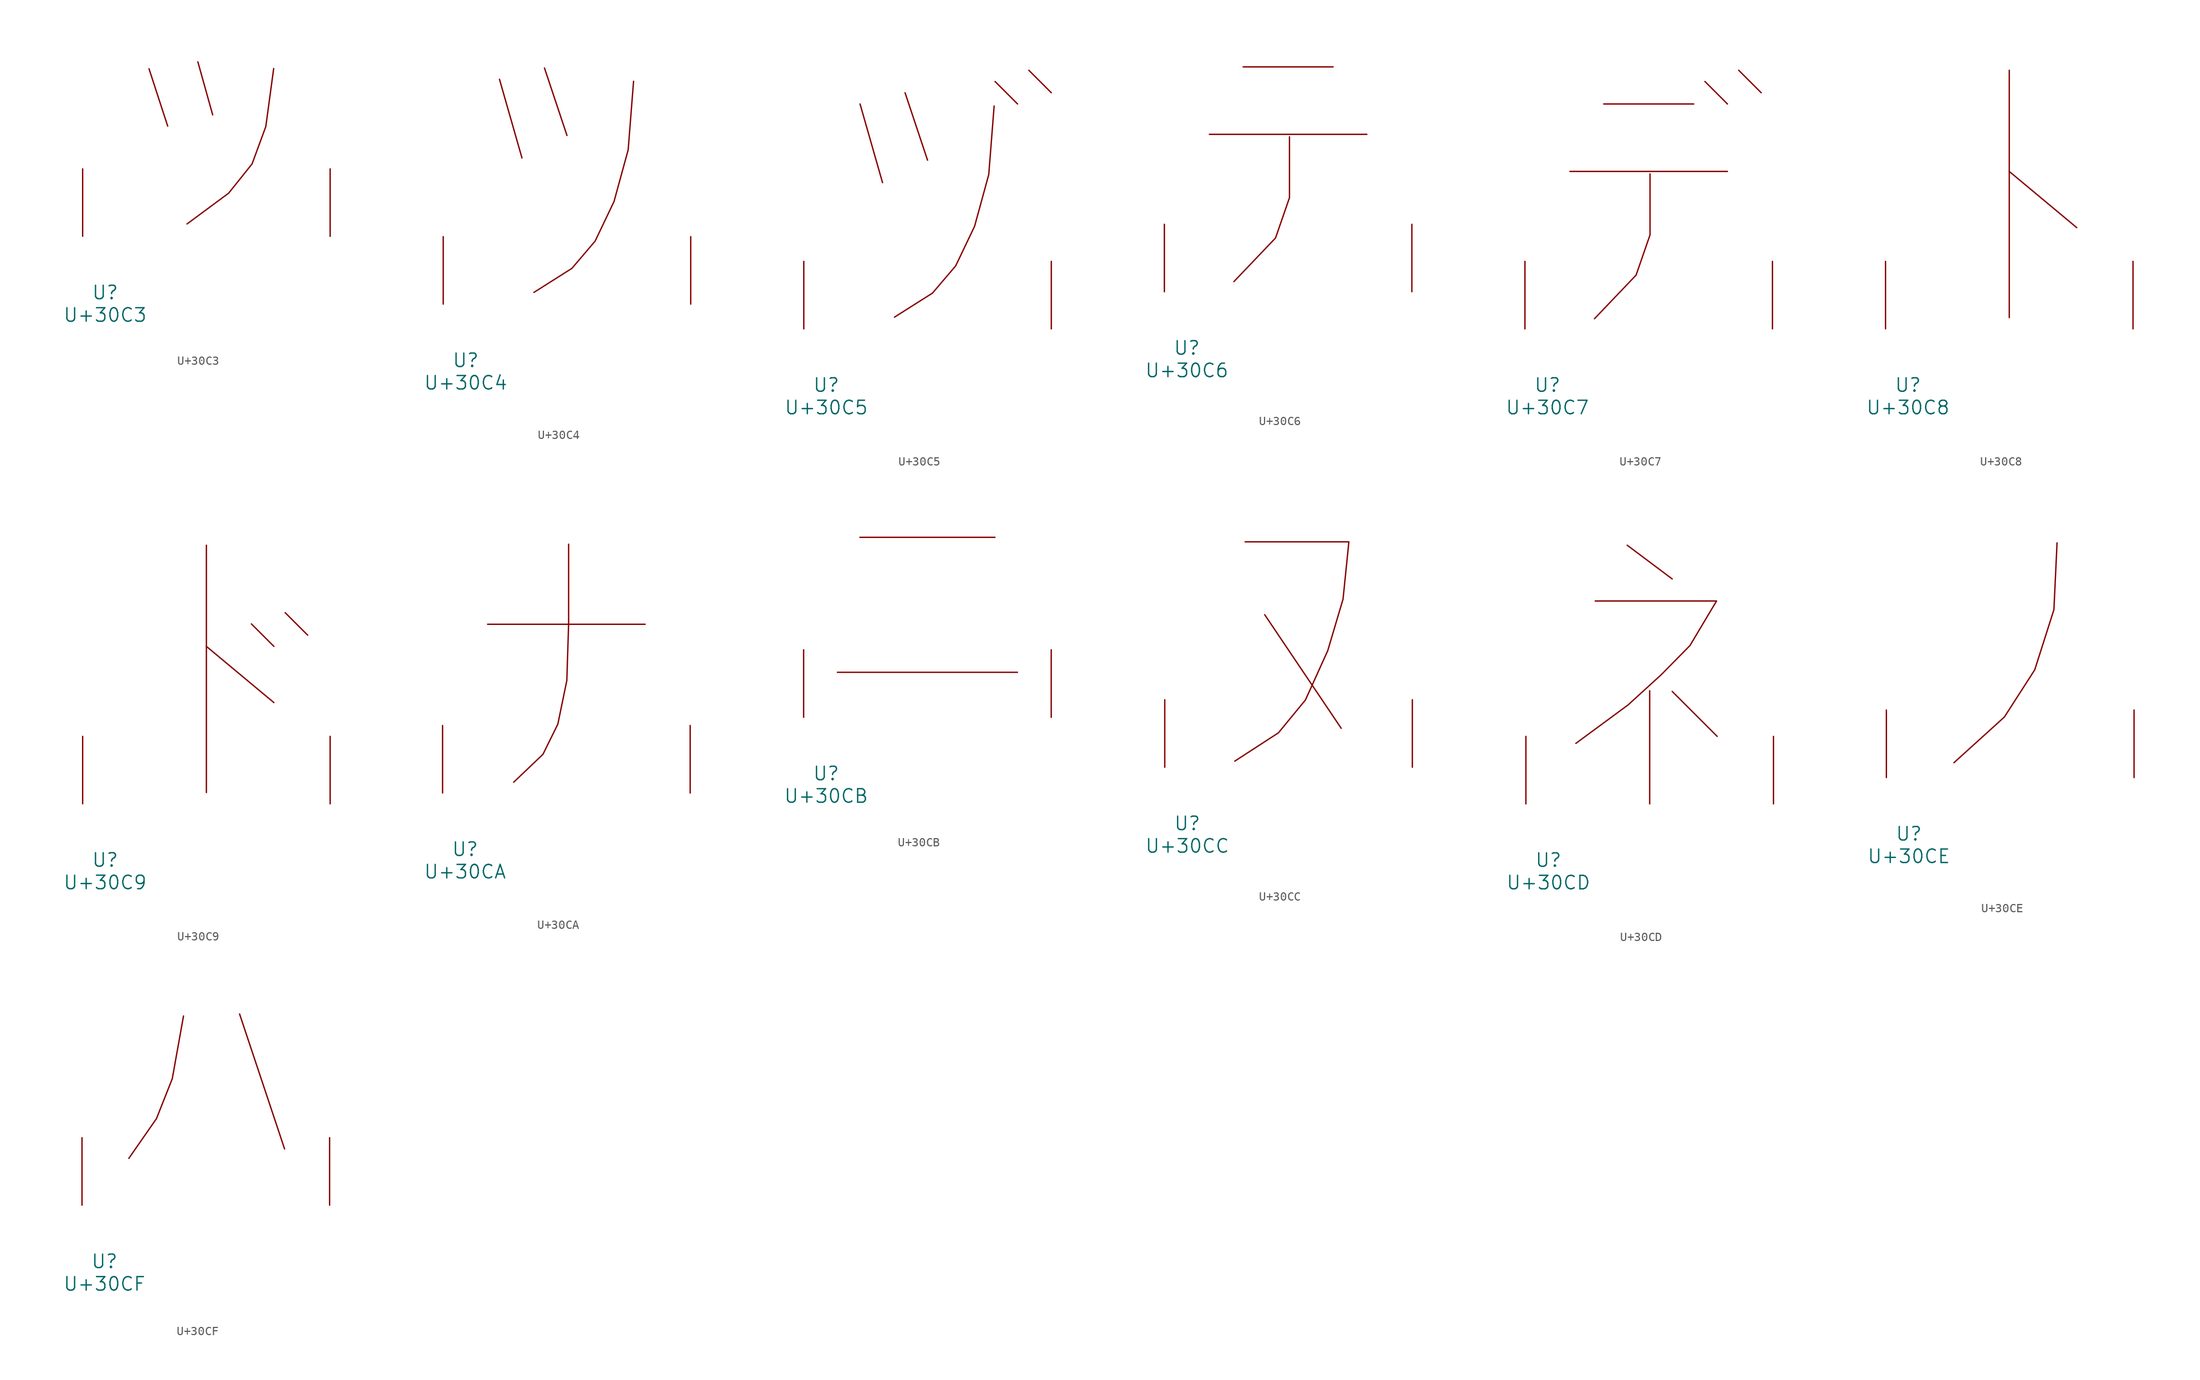
<source format=kicad_sym>
(kicad_symbol_lib
  (version 20231120)
  (generator "kicad_symbol_editor")
  (generator_version "8.0")
  (symbol "U+30C3"
    (pin_names
      (offset 1.016))
    (property "Reference" "U"
      (at 0 -6.35 0)
      (effects (font (size 1.524 1.524))))
    (property "Value" "U+30C3"
      (at 0 -8.89 0)
      (effects (font (size 1.524 1.524))))
    (symbol "U+30C3_0_1"
      (polyline (pts (xy 4.953 18.923) (xy 7.061 12.446)) (stroke (width 0) (type solid)) (fill (type none)))
      (polyline (pts (xy 10.465 19.71) (xy 12.141 13.716)) (stroke (width 0) (type solid)) (fill (type none)))
      (polyline (pts (xy 19.025 18.948) (xy 18.136 12.395) (xy 16.586 8.179) (xy 13.945 4.877) (xy 9.246 1.397)) (stroke (width 0) (type solid)) (fill (type none)))
      (pin input line (at -2.54 0 90) (length 7.62) (name "~" (effects (font (size 1.27 1.27)))) (number "~" (effects (font (size 1.27 1.27)))))
      (pin input line (at 25.4 0 90) (length 7.62) (name "~" (effects (font (size 1.27 1.27)))) (number "~" (effects (font (size 1.27 1.27)))))))
  (symbol "U+30C4"
    (pin_names
      (offset 1.016))
    (property "Reference" "U"
      (at 0 -6.35 0)
      (effects (font (size 1.524 1.524))))
    (property "Value" "U+30C4"
      (at 0 -8.89 0)
      (effects (font (size 1.524 1.524))))
    (symbol "U+30C4_0_1"
      (polyline (pts (xy 3.81 25.4) (xy 6.35 16.51)) (stroke (width 0) (type solid)) (fill (type none)))
      (polyline (pts (xy 8.89 26.67) (xy 11.43 19.05)) (stroke (width 0) (type solid)) (fill (type none)))
      (polyline (pts (xy 18.948 25.171) (xy 18.339 17.424) (xy 16.739 11.582) (xy 14.605 7.112) (xy 11.989 4.039) (xy 7.696 1.321)) (stroke (width 0) (type solid)) (fill (type none)))
      (pin input line (at -2.54 0 90) (length 7.62) (name "~" (effects (font (size 1.27 1.27)))) (number "~" (effects (font (size 1.27 1.27)))))
      (pin input line (at 25.4 0 90) (length 7.62) (name "~" (effects (font (size 1.27 1.27)))) (number "~" (effects (font (size 1.27 1.27)))))))
  (symbol "U+30C5"
    (pin_names
      (offset 1.016))
    (property "Reference" "U"
      (at 0 -6.35 0)
      (effects (font (size 1.524 1.524))))
    (property "Value" "U+30C5"
      (at 0 -8.89 0)
      (effects (font (size 1.524 1.524))))
    (symbol "U+30C5_0_1"
      (polyline (pts (xy 3.81 25.4) (xy 6.35 16.51)) (stroke (width 0) (type solid)) (fill (type none)))
      (polyline (pts (xy 8.89 26.67) (xy 11.43 19.05)) (stroke (width 0) (type solid)) (fill (type none)))
      (polyline (pts (xy 19.05 27.94) (xy 21.59 25.4)) (stroke (width 0) (type solid)) (fill (type none)))
      (polyline (pts (xy 22.86 29.21) (xy 25.4 26.67)) (stroke (width 0) (type solid)) (fill (type none)))
      (polyline (pts (xy 18.948 25.171) (xy 18.339 17.424) (xy 16.739 11.582) (xy 14.605 7.112) (xy 11.989 4.039) (xy 7.696 1.321)) (stroke (width 0) (type solid)) (fill (type none)))
      (pin input line (at -2.54 0 90) (length 7.62) (name "~" (effects (font (size 1.27 1.27)))) (number "~" (effects (font (size 1.27 1.27)))))
      (pin input line (at 25.4 0 90) (length 7.62) (name "~" (effects (font (size 1.27 1.27)))) (number "~" (effects (font (size 1.27 1.27)))))))
  (symbol "U+30C6"
    (pin_names
      (offset 1.016))
    (property "Reference" "U"
      (at 0 -6.35 0)
      (effects (font (size 1.524 1.524))))
    (property "Value" "U+30C6"
      (at 0 -8.89 0)
      (effects (font (size 1.524 1.524))))
    (symbol "U+30C6_0_1"
      (polyline (pts (xy 2.54 17.78) (xy 20.32 17.78)) (stroke (width 0) (type solid)) (fill (type none)))
      (polyline (pts (xy 6.35 25.4) (xy 16.51 25.4)) (stroke (width 0) (type solid)) (fill (type none)))
      (polyline (pts (xy 11.582 17.501) (xy 11.582 10.617) (xy 10.008 6.071) (xy 5.309 1.143)) (stroke (width 0) (type solid)) (fill (type none)))
      (pin input line (at -2.54 0 90) (length 7.62) (name "~" (effects (font (size 1.27 1.27)))) (number "~" (effects (font (size 1.27 1.27)))))
      (pin input line (at 25.4 0 90) (length 7.62) (name "~" (effects (font (size 1.27 1.27)))) (number "~" (effects (font (size 1.27 1.27)))))))
  (symbol "U+30C7"
    (pin_names
      (offset 1.016))
    (property "Reference" "U"
      (at 0 -6.35 0)
      (effects (font (size 1.524 1.524))))
    (property "Value" "U+30C7"
      (at 0 -8.89 0)
      (effects (font (size 1.524 1.524))))
    (symbol "U+30C7_0_1"
      (polyline (pts (xy 2.54 17.78) (xy 20.32 17.78)) (stroke (width 0) (type solid)) (fill (type none)))
      (polyline (pts (xy 6.35 25.4) (xy 16.51 25.4)) (stroke (width 0) (type solid)) (fill (type none)))
      (polyline (pts (xy 17.78 27.94) (xy 20.32 25.4)) (stroke (width 0) (type solid)) (fill (type none)))
      (polyline (pts (xy 21.59 29.21) (xy 24.13 26.67)) (stroke (width 0) (type solid)) (fill (type none)))
      (polyline (pts (xy 11.582 17.501) (xy 11.582 10.617) (xy 10.008 6.071) (xy 5.309 1.143)) (stroke (width 0) (type solid)) (fill (type none)))
      (pin input line (at -2.54 0 90) (length 7.62) (name "~" (effects (font (size 1.27 1.27)))) (number "~" (effects (font (size 1.27 1.27)))))
      (pin input line (at 25.4 0 90) (length 7.62) (name "~" (effects (font (size 1.27 1.27)))) (number "~" (effects (font (size 1.27 1.27)))))))
  (symbol "U+30C8"
    (pin_names
      (offset 1.016))
    (property "Reference" "U"
      (at 0 -6.35 0)
      (effects (font (size 1.524 1.524))))
    (property "Value" "U+30C8"
      (at 0 -8.89 0)
      (effects (font (size 1.524 1.524))))
    (symbol "U+30C8_0_1"
      (polyline (pts (xy 11.43 17.78) (xy 19.05 11.43)) (stroke (width 0) (type solid)) (fill (type none)))
      (polyline (pts (xy 11.43 29.21) (xy 11.43 1.27)) (stroke (width 0) (type solid)) (fill (type none)))
      (pin input line (at -2.54 0 90) (length 7.62) (name "~" (effects (font (size 1.27 1.27)))) (number "~" (effects (font (size 1.27 1.27)))))
      (pin input line (at 25.4 0 90) (length 7.62) (name "~" (effects (font (size 1.27 1.27)))) (number "~" (effects (font (size 1.27 1.27)))))))
  (symbol "U+30C9"
    (pin_names
      (offset 1.016))
    (property "Reference" "U"
      (at 0 -6.35 0)
      (effects (font (size 1.524 1.524))))
    (property "Value" "U+30C9"
      (at 0 -8.89 0)
      (effects (font (size 1.524 1.524))))
    (symbol "U+30C9_0_1"
      (polyline (pts (xy 11.43 17.78) (xy 19.05 11.43)) (stroke (width 0) (type solid)) (fill (type none)))
      (polyline (pts (xy 11.43 29.21) (xy 11.43 1.27)) (stroke (width 0) (type solid)) (fill (type none)))
      (polyline (pts (xy 16.51 20.32) (xy 19.05 17.78)) (stroke (width 0) (type solid)) (fill (type none)))
      (polyline (pts (xy 20.32 21.59) (xy 22.86 19.05)) (stroke (width 0) (type solid)) (fill (type none)))
      (pin input line (at -2.54 0 90) (length 7.62) (name "~" (effects (font (size 1.27 1.27)))) (number "~" (effects (font (size 1.27 1.27)))))
      (pin input line (at 25.4 0 90) (length 7.62) (name "~" (effects (font (size 1.27 1.27)))) (number "~" (effects (font (size 1.27 1.27)))))))
  (symbol "U+30CA"
    (pin_names
      (offset 1.016))
    (property "Reference" "U"
      (at 0 -6.35 0)
      (effects (font (size 1.524 1.524))))
    (property "Value" "U+30CA"
      (at 0 -8.89 0)
      (effects (font (size 1.524 1.524))))
    (symbol "U+30CA_0_1"
      (polyline (pts (xy 2.54 19.05) (xy 20.32 19.05)) (stroke (width 0) (type solid)) (fill (type none)))
      (polyline (pts (xy 11.684 28.092) (xy 11.684 19.152) (xy 11.481 12.7) (xy 10.465 7.772) (xy 8.788 4.369) (xy 5.486 1.219)) (stroke (width 0) (type solid)) (fill (type none)))
      (pin input line (at -2.54 0 90) (length 7.62) (name "~" (effects (font (size 1.27 1.27)))) (number "~" (effects (font (size 1.27 1.27)))))
      (pin input line (at 25.4 0 90) (length 7.62) (name "~" (effects (font (size 1.27 1.27)))) (number "~" (effects (font (size 1.27 1.27)))))))
  (symbol "U+30CB"
    (pin_names
      (offset 1.016))
    (property "Reference" "U"
      (at 0 -6.35 0)
      (effects (font (size 1.524 1.524))))
    (property "Value" "U+30CB"
      (at 0 -8.89 0)
      (effects (font (size 1.524 1.524))))
    (symbol "U+30CB_0_1"
      (polyline (pts (xy 1.27 5.08) (xy 21.59 5.08)) (stroke (width 0) (type solid)) (fill (type none)))
      (polyline (pts (xy 3.81 20.32) (xy 19.05 20.32)) (stroke (width 0) (type solid)) (fill (type none)))
      (pin input line (at -2.54 0 90) (length 7.62) (name "~" (effects (font (size 1.27 1.27)))) (number "~" (effects (font (size 1.27 1.27)))))
      (pin input line (at 25.4 0 90) (length 7.62) (name "~" (effects (font (size 1.27 1.27)))) (number "~" (effects (font (size 1.27 1.27)))))))
  (symbol "U+30CC"
    (pin_names
      (offset 1.016))
    (property "Reference" "U"
      (at 0 -6.35 0)
      (effects (font (size 1.524 1.524))))
    (property "Value" "U+30CC"
      (at 0 -8.89 0)
      (effects (font (size 1.524 1.524))))
    (symbol "U+30CC_0_1"
      (polyline (pts (xy 8.738 17.221) (xy 17.374 4.394)) (stroke (width 0) (type solid)) (fill (type none)))
      (polyline (pts (xy 6.528 25.451) (xy 18.237 25.451) (xy 17.577 18.974) (xy 15.85 13.157) (xy 13.335 7.595) (xy 10.287 3.886) (xy 5.359 0.686)) (stroke (width 0) (type solid)) (fill (type none)))
      (pin input line (at -2.54 0 90) (length 7.62) (name "~" (effects (font (size 1.27 1.27)))) (number "~" (effects (font (size 1.27 1.27)))))
      (pin input line (at 25.4 0 90) (length 7.62) (name "~" (effects (font (size 1.27 1.27)))) (number "~" (effects (font (size 1.27 1.27)))))))
  (symbol "U+30CD"
    (pin_names
      (offset 1.016))
    (property "Reference" "U"
      (at 0 -6.35 0)
      (effects (font (size 1.524 1.524))))
    (property "Value" "U+30CD"
      (at 0 -8.89 0)
      (effects (font (size 1.524 1.524))))
    (symbol "U+30CD_0_1"
      (polyline (pts (xy 8.89 29.21) (xy 13.97 25.4)) (stroke (width 0) (type solid)) (fill (type none)))
      (polyline (pts (xy 11.43 12.776) (xy 11.43 0)) (stroke (width 0) (type solid)) (fill (type none)))
      (polyline (pts (xy 13.97 12.7) (xy 19.05 7.62)) (stroke (width 0) (type solid)) (fill (type none)))
      (polyline (pts (xy 5.283 22.911) (xy 18.974 22.911) (xy 15.977 17.882) (xy 12.725 14.58) (xy 8.992 11.176) (xy 3.099 6.833)) (stroke (width 0) (type solid)) (fill (type none)))
      (pin input line (at -2.54 0 90) (length 7.62) (name "~" (effects (font (size 1.27 1.27)))) (number "~" (effects (font (size 1.27 1.27)))))
      (pin input line (at 25.4 0 90) (length 7.62) (name "~" (effects (font (size 1.27 1.27)))) (number "~" (effects (font (size 1.27 1.27)))))))
  (symbol "U+30CE"
    (pin_names
      (offset 1.016))
    (property "Reference" "U"
      (at 0 -6.35 0)
      (effects (font (size 1.524 1.524))))
    (property "Value" "U+30CE"
      (at 0 -8.89 0)
      (effects (font (size 1.524 1.524))))
    (symbol "U+30CE_0_1"
      (polyline (pts (xy 16.713 26.492) (xy 16.358 18.948) (xy 14.199 12.167) (xy 10.77 6.833) (xy 5.08 1.676)) (stroke (width 0) (type solid)) (fill (type none)))
      (pin input line (at -2.54 0 90) (length 7.62) (name "~" (effects (font (size 1.27 1.27)))) (number "~" (effects (font (size 1.27 1.27)))))
      (pin input line (at 25.4 0 90) (length 7.62) (name "~" (effects (font (size 1.27 1.27)))) (number "~" (effects (font (size 1.27 1.27)))))))
  (symbol "U+30CF"
    (pin_names
      (offset 1.016))
    (property "Reference" "U"
      (at 0 -6.35 0)
      (effects (font (size 1.524 1.524))))
    (property "Value" "U+30CF"
      (at 0 -8.89 0)
      (effects (font (size 1.524 1.524))))
    (symbol "U+30CF_0_1"
      (polyline (pts (xy 15.24 21.59) (xy 20.32 6.35)) (stroke (width 0) (type solid)) (fill (type none)))
      (polyline (pts (xy 8.915 21.361) (xy 7.645 14.275) (xy 5.867 9.779) (xy 2.743 5.283)) (stroke (width 0) (type solid)) (fill (type none)))
      (pin input line (at -2.54 0 90) (length 7.62) (name "~" (effects (font (size 1.27 1.27)))) (number "~" (effects (font (size 1.27 1.27)))))
      (pin input line (at 25.4 0 90) (length 7.62) (name "~" (effects (font (size 1.27 1.27)))) (number "~" (effects (font (size 1.27 1.27))))))))
</source>
